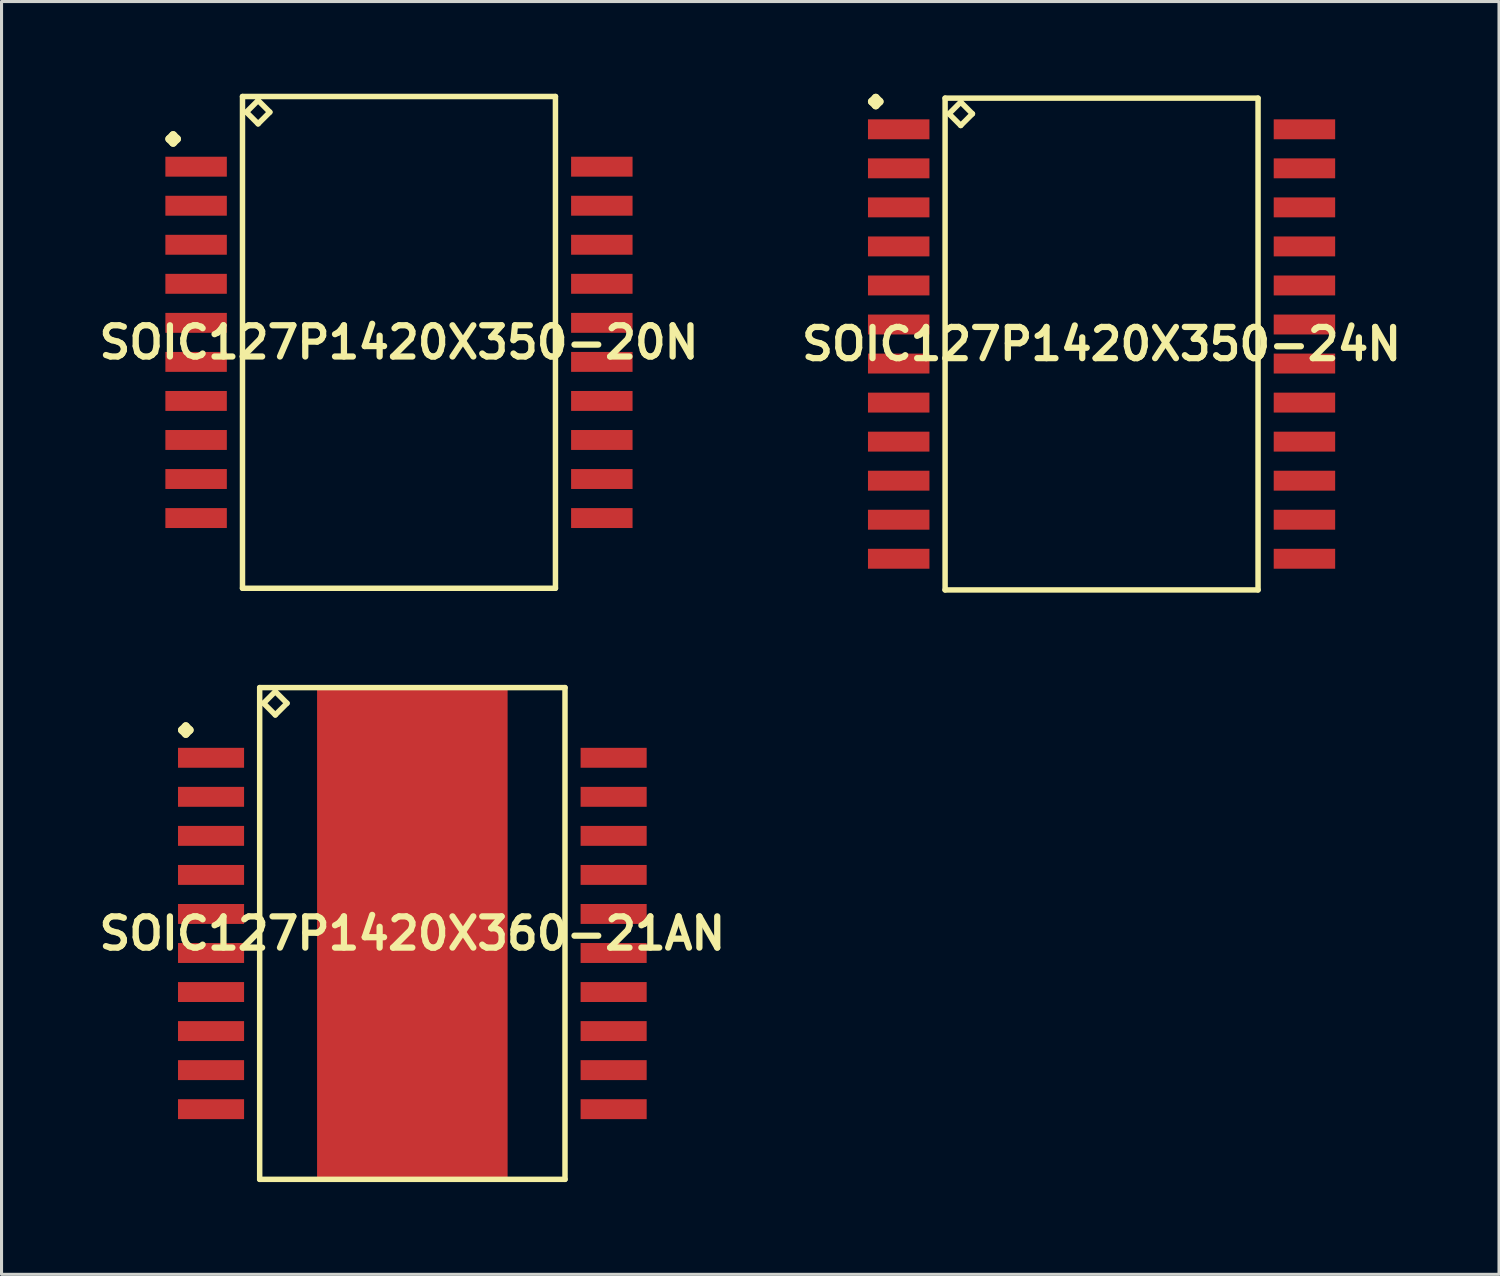
<source format=kicad_pcb>
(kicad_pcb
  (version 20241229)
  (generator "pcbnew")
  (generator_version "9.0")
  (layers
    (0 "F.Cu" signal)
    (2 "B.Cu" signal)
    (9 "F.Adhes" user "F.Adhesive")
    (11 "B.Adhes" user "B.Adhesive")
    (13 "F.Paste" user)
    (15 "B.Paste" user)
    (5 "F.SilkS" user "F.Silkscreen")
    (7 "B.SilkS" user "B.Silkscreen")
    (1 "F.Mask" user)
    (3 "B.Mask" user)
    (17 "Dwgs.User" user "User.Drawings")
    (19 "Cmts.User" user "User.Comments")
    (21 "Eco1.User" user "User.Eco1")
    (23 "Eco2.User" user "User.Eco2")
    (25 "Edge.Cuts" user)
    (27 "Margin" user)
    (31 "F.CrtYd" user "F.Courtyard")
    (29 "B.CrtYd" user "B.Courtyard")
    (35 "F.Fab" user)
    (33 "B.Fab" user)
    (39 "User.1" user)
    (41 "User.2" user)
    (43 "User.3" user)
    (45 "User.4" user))
  (footprint "SOIC127P1420X360-21AN"
    (layer "F.Cu")
    (at 10.363 27.315)
    (property "Reference" "SOIC127P1420X360-21AN" (at 0 0 0) (layer "F.SilkS") (effects (font (size 1.016 1.016) (thickness 0.203))))
    (attr smd)
    (fp_line (start -7.496 -6.617) (end -7.369 -6.744) (stroke (width 0.254) (type solid)) (layer "F.SilkS"))
    (fp_line (start -7.369 -6.744) (end -7.242 -6.617) (stroke (width 0.254) (type solid)) (layer "F.SilkS"))
    (fp_line (start -7.369 -6.49) (end -7.496 -6.617) (stroke (width 0.254) (type solid)) (layer "F.SilkS"))
    (fp_line (start -7.242 -6.617) (end -7.369 -6.49) (stroke (width 0.254) (type solid)) (layer "F.SilkS"))
    (fp_line (start -4.966 -7.998) (end -4.966 7.998) (stroke (width 0.178) (type solid)) (layer "F.SilkS"))
    (fp_line (start -4.966 7.998) (end 4.966 7.998) (stroke (width 0.178) (type solid)) (layer "F.SilkS"))
    (fp_line (start -4.839 -7.49) (end -4.458 -7.871) (stroke (width 0.178) (type solid)) (layer "F.SilkS"))
    (fp_line (start -4.458 -7.871) (end -4.077 -7.49) (stroke (width 0.178) (type solid)) (layer "F.SilkS"))
    (fp_line (start -4.458 -7.109) (end -4.839 -7.49) (stroke (width 0.178) (type solid)) (layer "F.SilkS"))
    (fp_line (start -4.077 -7.49) (end -4.458 -7.109) (stroke (width 0.178) (type solid)) (layer "F.SilkS"))
    (fp_line (start 4.966 -7.998) (end -4.966 -7.998) (stroke (width 0.178) (type solid)) (layer "F.SilkS"))
    (fp_line (start 4.966 7.998) (end 4.966 -7.998) (stroke (width 0.178) (type solid)) (layer "F.SilkS"))
    (pad "1" smd rect (at -6.548 -5.715) (size 2.149 0.648) (layers "F.Cu" "F.Mask" "F.Paste"))
    (pad "2" smd rect (at -6.548 -4.445) (size 2.149 0.648) (layers "F.Cu" "F.Mask" "F.Paste"))
    (pad "3" smd rect (at -6.548 -3.175) (size 2.149 0.648) (layers "F.Cu" "F.Mask" "F.Paste"))
    (pad "4" smd rect (at -6.548 -1.905) (size 2.149 0.648) (layers "F.Cu" "F.Mask" "F.Paste"))
    (pad "5" smd rect (at -6.548 -0.635) (size 2.149 0.648) (layers "F.Cu" "F.Mask" "F.Paste"))
    (pad "6" smd rect (at -6.548 0.635) (size 2.149 0.648) (layers "F.Cu" "F.Mask" "F.Paste"))
    (pad "7" smd rect (at -6.548 1.905) (size 2.149 0.648) (layers "F.Cu" "F.Mask" "F.Paste"))
    (pad "8" smd rect (at -6.548 3.175) (size 2.149 0.648) (layers "F.Cu" "F.Mask" "F.Paste"))
    (pad "9" smd rect (at -6.548 4.445) (size 2.149 0.648) (layers "F.Cu" "F.Mask" "F.Paste"))
    (pad "10" smd rect (at -6.548 5.715) (size 2.149 0.648) (layers "F.Cu" "F.Mask" "F.Paste"))
    (pad "11" smd rect (at 6.548 5.715) (size 2.149 0.648) (layers "F.Cu" "F.Mask" "F.Paste"))
    (pad "12" smd rect (at 6.548 4.445) (size 2.149 0.648) (layers "F.Cu" "F.Mask" "F.Paste"))
    (pad "13" smd rect (at 6.548 3.175) (size 2.149 0.648) (layers "F.Cu" "F.Mask" "F.Paste"))
    (pad "14" smd rect (at 6.548 1.905) (size 2.149 0.648) (layers "F.Cu" "F.Mask" "F.Paste"))
    (pad "15" smd rect (at 6.548 0.635) (size 2.149 0.648) (layers "F.Cu" "F.Mask" "F.Paste"))
    (pad "16" smd rect (at 6.548 -0.635) (size 2.149 0.648) (layers "F.Cu" "F.Mask" "F.Paste"))
    (pad "17" smd rect (at 6.548 -1.905) (size 2.149 0.648) (layers "F.Cu" "F.Mask" "F.Paste"))
    (pad "18" smd rect (at 6.548 -3.175) (size 2.149 0.648) (layers "F.Cu" "F.Mask" "F.Paste"))
    (pad "19" smd rect (at 6.548 -4.445) (size 2.149 0.648) (layers "F.Cu" "F.Mask" "F.Paste"))
    (pad "20" smd rect (at 6.548 -5.715) (size 2.149 0.648) (layers "F.Cu" "F.Mask" "F.Paste"))
    (pad "21" smd rect (at 0 0) (size 6.198 15.999) (layers "F.Cu" "F.Mask" "F.Paste")))
  (footprint "SOIC127P1420X350-20N"
    (layer "F.Cu")
    (at 9.928 8.087)
    (property "Reference" "SOIC127P1420X350-20N" (at 0 0 0) (layer "F.SilkS") (effects (font (size 1.016 1.016) (thickness 0.203))))
    (attr smd)
    (fp_line (start -7.473 -6.617) (end -7.346 -6.744) (stroke (width 0.254) (type solid)) (layer "F.SilkS"))
    (fp_line (start -7.346 -6.744) (end -7.219 -6.617) (stroke (width 0.254) (type solid)) (layer "F.SilkS"))
    (fp_line (start -7.346 -6.49) (end -7.473 -6.617) (stroke (width 0.254) (type solid)) (layer "F.SilkS"))
    (fp_line (start -7.219 -6.617) (end -7.346 -6.49) (stroke (width 0.254) (type solid)) (layer "F.SilkS"))
    (fp_line (start -5.09 -7.998) (end -5.09 7.998) (stroke (width 0.178) (type solid)) (layer "F.SilkS"))
    (fp_line (start -5.09 7.998) (end 5.09 7.998) (stroke (width 0.178) (type solid)) (layer "F.SilkS"))
    (fp_line (start -4.963 -7.49) (end -4.582 -7.871) (stroke (width 0.178) (type solid)) (layer "F.SilkS"))
    (fp_line (start -4.582 -7.871) (end -4.201 -7.49) (stroke (width 0.178) (type solid)) (layer "F.SilkS"))
    (fp_line (start -4.582 -7.109) (end -4.963 -7.49) (stroke (width 0.178) (type solid)) (layer "F.SilkS"))
    (fp_line (start -4.201 -7.49) (end -4.582 -7.109) (stroke (width 0.178) (type solid)) (layer "F.SilkS"))
    (fp_line (start 5.09 -7.998) (end -5.09 -7.998) (stroke (width 0.178) (type solid)) (layer "F.SilkS"))
    (fp_line (start 5.09 7.998) (end 5.09 -7.998) (stroke (width 0.178) (type solid)) (layer "F.SilkS"))
    (pad "1" smd rect (at -6.599 -5.715) (size 1.999 0.648) (layers "F.Cu" "F.Mask" "F.Paste"))
    (pad "2" smd rect (at -6.599 -4.445) (size 1.999 0.648) (layers "F.Cu" "F.Mask" "F.Paste"))
    (pad "3" smd rect (at -6.599 -3.175) (size 1.999 0.648) (layers "F.Cu" "F.Mask" "F.Paste"))
    (pad "4" smd rect (at -6.599 -1.905) (size 1.999 0.648) (layers "F.Cu" "F.Mask" "F.Paste"))
    (pad "5" smd rect (at -6.599 -0.635) (size 1.999 0.648) (layers "F.Cu" "F.Mask" "F.Paste"))
    (pad "6" smd rect (at -6.599 0.635) (size 1.999 0.648) (layers "F.Cu" "F.Mask" "F.Paste"))
    (pad "7" smd rect (at -6.599 1.905) (size 1.999 0.648) (layers "F.Cu" "F.Mask" "F.Paste"))
    (pad "8" smd rect (at -6.599 3.175) (size 1.999 0.648) (layers "F.Cu" "F.Mask" "F.Paste"))
    (pad "9" smd rect (at -6.599 4.445) (size 1.999 0.648) (layers "F.Cu" "F.Mask" "F.Paste"))
    (pad "10" smd rect (at -6.599 5.715) (size 1.999 0.648) (layers "F.Cu" "F.Mask" "F.Paste"))
    (pad "11" smd rect (at 6.599 5.715) (size 1.999 0.648) (layers "F.Cu" "F.Mask" "F.Paste"))
    (pad "12" smd rect (at 6.599 4.445) (size 1.999 0.648) (layers "F.Cu" "F.Mask" "F.Paste"))
    (pad "13" smd rect (at 6.599 3.175) (size 1.999 0.648) (layers "F.Cu" "F.Mask" "F.Paste"))
    (pad "14" smd rect (at 6.599 1.905) (size 1.999 0.648) (layers "F.Cu" "F.Mask" "F.Paste"))
    (pad "15" smd rect (at 6.599 0.635) (size 1.999 0.648) (layers "F.Cu" "F.Mask" "F.Paste"))
    (pad "16" smd rect (at 6.599 -0.635) (size 1.999 0.648) (layers "F.Cu" "F.Mask" "F.Paste"))
    (pad "17" smd rect (at 6.599 -1.905) (size 1.999 0.648) (layers "F.Cu" "F.Mask" "F.Paste"))
    (pad "18" smd rect (at 6.599 -3.175) (size 1.999 0.648) (layers "F.Cu" "F.Mask" "F.Paste"))
    (pad "19" smd rect (at 6.599 -4.445) (size 1.999 0.648) (layers "F.Cu" "F.Mask" "F.Paste"))
    (pad "20" smd rect (at 6.599 -5.715) (size 1.999 0.648) (layers "F.Cu" "F.Mask" "F.Paste")))
  (footprint "SOIC127P1420X350-24N"
    (layer "F.Cu")
    (at 32.783 8.141)
    (property "Reference" "SOIC127P1420X350-24N" (at 0 0 0) (layer "F.SilkS") (effects (font (size 1.016 1.016) (thickness 0.203))))
    (attr smd)
    (fp_line (start -7.473 -7.887) (end -7.346 -8.014) (stroke (width 0.254) (type solid)) (layer "F.SilkS"))
    (fp_line (start -7.346 -8.014) (end -7.219 -7.887) (stroke (width 0.254) (type solid)) (layer "F.SilkS"))
    (fp_line (start -7.346 -7.76) (end -7.473 -7.887) (stroke (width 0.254) (type solid)) (layer "F.SilkS"))
    (fp_line (start -7.219 -7.887) (end -7.346 -7.76) (stroke (width 0.254) (type solid)) (layer "F.SilkS"))
    (fp_line (start -5.09 -7.998) (end -5.09 7.998) (stroke (width 0.178) (type solid)) (layer "F.SilkS"))
    (fp_line (start -5.09 7.998) (end 5.09 7.998) (stroke (width 0.178) (type solid)) (layer "F.SilkS"))
    (fp_line (start -4.963 -7.49) (end -4.582 -7.871) (stroke (width 0.178) (type solid)) (layer "F.SilkS"))
    (fp_line (start -4.582 -7.871) (end -4.201 -7.49) (stroke (width 0.178) (type solid)) (layer "F.SilkS"))
    (fp_line (start -4.582 -7.109) (end -4.963 -7.49) (stroke (width 0.178) (type solid)) (layer "F.SilkS"))
    (fp_line (start -4.201 -7.49) (end -4.582 -7.109) (stroke (width 0.178) (type solid)) (layer "F.SilkS"))
    (fp_line (start 5.09 -7.998) (end -5.09 -7.998) (stroke (width 0.178) (type solid)) (layer "F.SilkS"))
    (fp_line (start 5.09 7.998) (end 5.09 -7.998) (stroke (width 0.178) (type solid)) (layer "F.SilkS"))
    (pad "1" smd rect (at -6.599 -6.985) (size 1.999 0.648) (layers "F.Cu" "F.Mask" "F.Paste"))
    (pad "2" smd rect (at -6.599 -5.715) (size 1.999 0.648) (layers "F.Cu" "F.Mask" "F.Paste"))
    (pad "3" smd rect (at -6.599 -4.445) (size 1.999 0.648) (layers "F.Cu" "F.Mask" "F.Paste"))
    (pad "4" smd rect (at -6.599 -3.175) (size 1.999 0.648) (layers "F.Cu" "F.Mask" "F.Paste"))
    (pad "5" smd rect (at -6.599 -1.905) (size 1.999 0.648) (layers "F.Cu" "F.Mask" "F.Paste"))
    (pad "6" smd rect (at -6.599 -0.635) (size 1.999 0.648) (layers "F.Cu" "F.Mask" "F.Paste"))
    (pad "7" smd rect (at -6.599 0.635) (size 1.999 0.648) (layers "F.Cu" "F.Mask" "F.Paste"))
    (pad "8" smd rect (at -6.599 1.905) (size 1.999 0.648) (layers "F.Cu" "F.Mask" "F.Paste"))
    (pad "9" smd rect (at -6.599 3.175) (size 1.999 0.648) (layers "F.Cu" "F.Mask" "F.Paste"))
    (pad "10" smd rect (at -6.599 4.445) (size 1.999 0.648) (layers "F.Cu" "F.Mask" "F.Paste"))
    (pad "11" smd rect (at -6.599 5.715) (size 1.999 0.648) (layers "F.Cu" "F.Mask" "F.Paste"))
    (pad "12" smd rect (at -6.599 6.985) (size 1.999 0.648) (layers "F.Cu" "F.Mask" "F.Paste"))
    (pad "13" smd rect (at 6.599 6.985) (size 1.999 0.648) (layers "F.Cu" "F.Mask" "F.Paste"))
    (pad "14" smd rect (at 6.599 5.715) (size 1.999 0.648) (layers "F.Cu" "F.Mask" "F.Paste"))
    (pad "15" smd rect (at 6.599 4.445) (size 1.999 0.648) (layers "F.Cu" "F.Mask" "F.Paste"))
    (pad "16" smd rect (at 6.599 3.175) (size 1.999 0.648) (layers "F.Cu" "F.Mask" "F.Paste"))
    (pad "17" smd rect (at 6.599 1.905) (size 1.999 0.648) (layers "F.Cu" "F.Mask" "F.Paste"))
    (pad "18" smd rect (at 6.599 0.635) (size 1.999 0.648) (layers "F.Cu" "F.Mask" "F.Paste"))
    (pad "19" smd rect (at 6.599 -0.635) (size 1.999 0.648) (layers "F.Cu" "F.Mask" "F.Paste"))
    (pad "20" smd rect (at 6.599 -1.905) (size 1.999 0.648) (layers "F.Cu" "F.Mask" "F.Paste"))
    (pad "21" smd rect (at 6.599 -3.175) (size 1.999 0.648) (layers "F.Cu" "F.Mask" "F.Paste"))
    (pad "22" smd rect (at 6.599 -4.445) (size 1.999 0.648) (layers "F.Cu" "F.Mask" "F.Paste"))
    (pad "23" smd rect (at 6.599 -5.715) (size 1.999 0.648) (layers "F.Cu" "F.Mask" "F.Paste"))
    (pad "24" smd rect (at 6.599 -6.985) (size 1.999 0.648) (layers "F.Cu" "F.Mask" "F.Paste")))
  (gr_rect
    (start -3 -3)
    (end 45.711 38.403)
    (stroke (width 0.1) (type default))
    (fill no)
    (layer "Edge.Cuts")))
</source>
